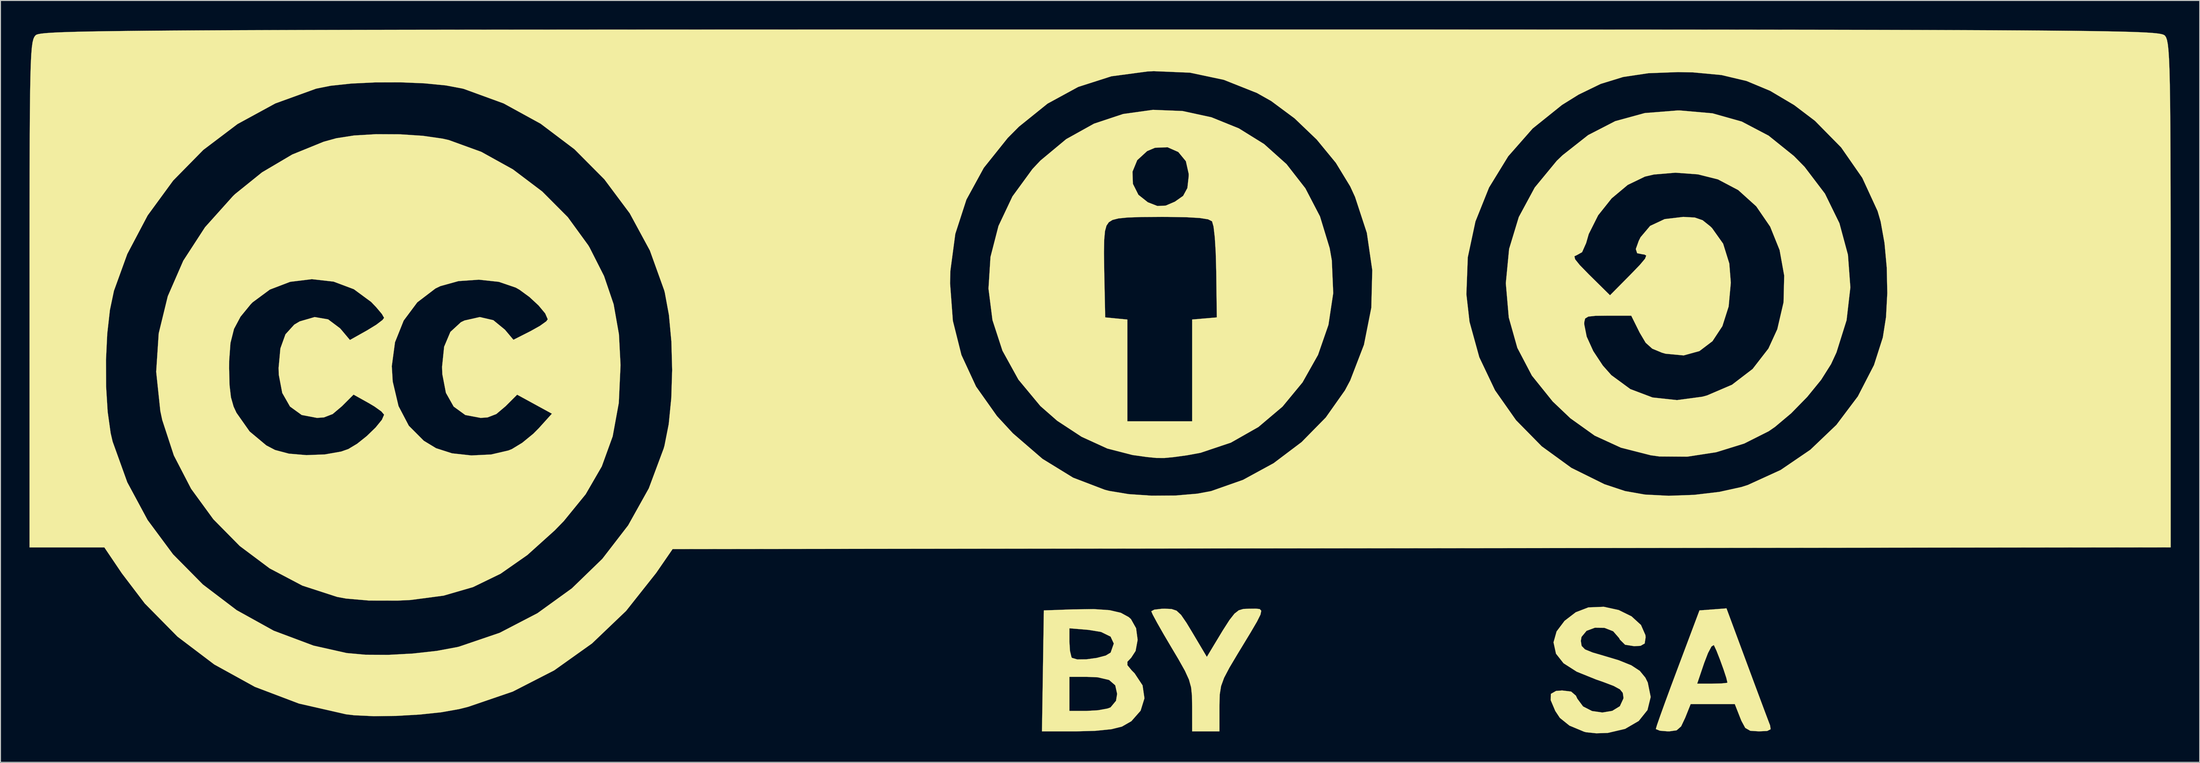
<source format=kicad_pcb>
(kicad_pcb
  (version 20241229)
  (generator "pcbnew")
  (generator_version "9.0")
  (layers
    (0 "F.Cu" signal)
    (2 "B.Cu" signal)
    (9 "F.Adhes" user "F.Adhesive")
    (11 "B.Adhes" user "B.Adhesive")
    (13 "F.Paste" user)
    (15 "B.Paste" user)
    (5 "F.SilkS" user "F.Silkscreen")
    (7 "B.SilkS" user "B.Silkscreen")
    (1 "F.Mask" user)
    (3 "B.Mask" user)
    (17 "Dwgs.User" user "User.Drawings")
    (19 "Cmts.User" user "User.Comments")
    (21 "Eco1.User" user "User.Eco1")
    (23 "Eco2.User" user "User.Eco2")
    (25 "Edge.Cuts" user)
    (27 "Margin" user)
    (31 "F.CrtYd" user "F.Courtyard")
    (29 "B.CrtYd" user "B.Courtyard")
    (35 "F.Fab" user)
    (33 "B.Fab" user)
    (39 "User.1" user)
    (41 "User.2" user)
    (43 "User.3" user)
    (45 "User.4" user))
  (footprint "cc"
    (layer "F.Cu")
    (at 110.777 37.752)
    (property "Reference" "cc" (at 0 0 0) (layer "F.SilkS") (effects (font (size 1.524 1.524) (thickness 0.3))))
    (attr through_hole)
    (fp_poly (pts (xy 16.515 22.26) (xy 16.679 22.438) (xy 16.594 22.842) (xy 16.235 23.561) (xy 15.578 24.684) (xy 14.598 26.301) (xy 14.238 26.892) (xy 13.381 28.333) (xy 12.831 29.379) (xy 12.521 30.231) (xy 12.383 31.09) (xy 12.348 32.158) (xy 12.347 32.468) (xy 12.347 34.925) (xy 9.525 34.925) (xy 9.522 32.367) (xy 9.506 31.245) (xy 9.418 30.371) (xy 9.195 29.567) (xy 8.777 28.651) (xy 8.099 27.443) (xy 7.408 26.282) (xy 6.577 24.872) (xy 5.9 23.682) (xy 5.448 22.843) (xy 5.295 22.49) (xy 5.606 22.323) (xy 6.385 22.231) (xy 6.687 22.225) (xy 7.392 22.255) (xy 7.909 22.428) (xy 8.379 22.867) (xy 8.946 23.695) (xy 9.564 24.719) (xy 11.045 27.213) (xy 11.748 26.042) (xy 12.699 24.467) (xy 13.384 23.399) (xy 13.901 22.739) (xy 14.349 22.389) (xy 14.823 22.25) (xy 15.423 22.225) (xy 15.54 22.225) (xy 16.127 22.219) (xy 16.515 22.26)) (stroke (width 0.01) (type solid)) (fill yes) (layer "F.SilkS"))
    (fp_poly (pts (xy 66.946 27.94) (xy 67.66 29.863) (xy 68.302 31.586) (xy 68.826 32.988) (xy 69.187 33.946) (xy 69.326 34.308) (xy 69.383 34.706) (xy 69.028 34.885) (xy 68.177 34.925) (xy 67.273 34.867) (xy 66.754 34.568) (xy 66.359 33.84) (xy 66.228 33.514) (xy 65.673 32.103) (xy 61.107 32.103) (xy 60.543 33.514) (xy 60.119 34.411) (xy 59.654 34.819) (xy 58.907 34.924) (xy 58.74 34.925) (xy 57.924 34.859) (xy 57.517 34.696) (xy 57.507 34.66) (xy 57.626 34.26) (xy 57.957 33.31) (xy 58.458 31.92) (xy 59.091 30.199) (xy 59.171 29.986) (xy 61.782 29.986) (xy 63.347 29.986) (xy 64.286 29.963) (xy 64.844 29.905) (xy 64.911 29.873) (xy 64.794 29.384) (xy 64.505 28.503) (xy 64.135 27.482) (xy 63.778 26.573) (xy 63.526 26.032) (xy 63.495 25.989) (xy 63.26 26.139) (xy 62.901 26.817) (xy 62.507 27.841) (xy 61.782 29.986) (xy 59.171 29.986) (xy 59.764 28.399) (xy 62.017 22.401) (xy 64.814 22.189) (xy 66.946 27.94)) (stroke (width 0.01) (type solid)) (fill yes) (layer "F.SilkS"))
    (fp_poly (pts (xy 0.984 22.377) (xy 2.141 22.646) (xy 2.959 23.093) (xy 3.195 23.303) (xy 3.726 24.248) (xy 3.886 25.449) (xy 3.673 26.602) (xy 3.218 27.301) (xy 2.827 27.714) (xy 2.826 28.073) (xy 3.264 28.606) (xy 3.571 28.916) (xy 4.395 30.162) (xy 4.591 31.501) (xy 4.192 32.787) (xy 3.236 33.873) (xy 2.258 34.433) (xy 1.17 34.703) (xy -0.495 34.871) (xy -2.466 34.925) (xy -6.014 34.925) (xy -5.927 29.281) (xy -3.175 29.281) (xy -3.175 32.808) (xy -1.388 32.808) (xy -0.204 32.738) (xy 0.773 32.559) (xy 1.082 32.443) (xy 1.647 31.761) (xy 1.764 31.044) (xy 1.569 30.158) (xy 0.928 29.603) (xy -0.246 29.329) (xy -1.388 29.281) (xy -3.175 29.281) (xy -5.927 29.281) (xy -5.917 28.663) (xy -5.871 25.65) (xy -3.175 25.65) (xy -3.113 26.607) (xy -2.96 27.241) (xy -2.91 27.316) (xy -2.364 27.476) (xy -1.418 27.465) (xy -0.345 27.319) (xy 0.583 27.076) (xy 1.09 26.772) (xy 1.091 26.771) (xy 1.418 25.832) (xy 1.085 25.114) (xy 0.101 24.632) (xy -1.202 24.418) (xy -3.175 24.254) (xy -3.175 25.65) (xy -5.871 25.65) (xy -5.821 22.401) (xy -2.822 22.294) (xy -0.631 22.266) (xy 0.984 22.377)) (stroke (width 0.01) (type solid)) (fill yes) (layer "F.SilkS"))
    (fp_poly (pts (xy 53.656 22.362) (xy 54.99 23.018) (xy 55.966 23.911) (xy 56.427 24.961) (xy 56.444 25.208) (xy 56.349 25.825) (xy 55.922 26.069) (xy 55.266 26.106) (xy 54.322 25.957) (xy 53.783 25.422) (xy 53.708 25.27) (xy 53.087 24.559) (xy 52.18 24.205) (xy 51.194 24.195) (xy 50.335 24.514) (xy 49.813 25.145) (xy 49.742 25.558) (xy 49.824 26.078) (xy 50.178 26.441) (xy 50.962 26.759) (xy 51.77 26.994) (xy 53.651 27.556) (xy 54.966 28.087) (xy 55.844 28.663) (xy 56.417 29.361) (xy 56.668 29.867) (xy 56.971 31.365) (xy 56.637 32.719) (xy 55.733 33.848) (xy 54.323 34.668) (xy 52.533 35.088) (xy 51.342 35.126) (xy 50.293 35.018) (xy 50.074 34.961) (xy 48.563 34.329) (xy 47.573 33.531) (xy 47.099 32.815) (xy 46.628 31.706) (xy 46.643 31.044) (xy 47.175 30.74) (xy 47.81 30.692) (xy 48.736 30.804) (xy 49.233 31.231) (xy 49.376 31.539) (xy 49.973 32.345) (xy 50.901 32.821) (xy 51.97 32.972) (xy 52.992 32.804) (xy 53.78 32.322) (xy 54.145 31.533) (xy 54.151 31.392) (xy 54.082 30.937) (xy 53.787 30.575) (xy 53.135 30.22) (xy 51.993 29.787) (xy 51.329 29.559) (xy 49.318 28.747) (xy 47.953 27.873) (xy 47.173 26.884) (xy 46.92 25.727) (xy 46.919 25.698) (xy 47.234 24.577) (xy 48.058 23.482) (xy 49.214 22.594) (xy 50.52 22.09) (xy 50.53 22.088) (xy 52.118 22.025) (xy 53.656 22.362)) (stroke (width 0.01) (type solid)) (fill yes) (layer "F.SilkS"))
    (fp_poly (pts (xy 8.532 -29.307) (xy 11.521 -28.659) (xy 14.358 -27.51) (xy 16.972 -25.885) (xy 19.29 -23.808) (xy 21.241 -21.303) (xy 22.753 -18.396) (xy 23.755 -15.111) (xy 23.977 -13.84) (xy 24.123 -10.449) (xy 23.628 -7.163) (xy 22.551 -4.057) (xy 20.947 -1.21) (xy 18.873 1.304) (xy 16.385 3.409) (xy 13.54 5.027) (xy 10.395 6.083) (xy 8.996 6.341) (xy 7.633 6.527) (xy 6.665 6.62) (xy 5.82 6.617) (xy 4.829 6.519) (xy 3.42 6.322) (xy 3.351 6.312) (xy 0.752 5.643) (xy -1.911 4.426) (xy -4.44 2.766) (xy -6.18 1.241) (xy -8.451 -1.495) (xy -10.103 -4.488) (xy -11.135 -7.656) (xy -11.548 -10.919) (xy -11.341 -14.196) (xy -11.226 -14.642) (xy 0.403 -14.642) (xy 0.428 -12.721) (xy 0.431 -12.577) (xy 0.529 -7.938) (xy 2.822 -7.716) (xy 2.822 2.822) (xy 9.525 2.822) (xy 9.525 -7.719) (xy 10.801 -7.828) (xy 12.077 -7.938) (xy 12.017 -12.686) (xy 11.966 -14.616) (xy 11.87 -16.206) (xy 11.74 -17.335) (xy 11.585 -17.883) (xy 11.58 -17.889) (xy 11.182 -18.09) (xy 10.326 -18.228) (xy 8.936 -18.31) (xy 6.936 -18.343) (xy 6.332 -18.344) (xy 4.3 -18.331) (xy 2.858 -18.281) (xy 1.89 -18.184) (xy 1.281 -18.027) (xy 0.915 -17.798) (xy 0.897 -17.78) (xy 0.662 -17.435) (xy 0.509 -16.878) (xy 0.426 -15.987) (xy 0.403 -14.642) (xy -11.226 -14.642) (xy -10.515 -17.405) (xy -9.069 -20.465) (xy -7.201 -23.025) (xy 3.354 -23.025) (xy 3.395 -21.769) (xy 3.966 -20.632) (xy 4.939 -19.859) (xy 5.931 -19.473) (xy 6.787 -19.513) (xy 7.736 -19.919) (xy 8.591 -20.52) (xy 9.032 -21.334) (xy 9.171 -22.581) (xy 9.172 -22.783) (xy 8.876 -24.11) (xy 8.092 -25.063) (xy 6.977 -25.556) (xy 5.686 -25.503) (xy 4.867 -25.157) (xy 3.843 -24.217) (xy 3.354 -23.025) (xy -7.201 -23.025) (xy -7.004 -23.295) (xy -6.18 -24.172) (xy -3.507 -26.397) (xy -0.628 -27.999) (xy 2.386 -29.001) (xy 5.464 -29.429) (xy 8.532 -29.307)) (stroke (width 0.01) (type solid)) (fill yes) (layer "F.SilkS"))
    (fp_poly (pts (xy 59.972 -29.366) (xy 63.357 -29.071) (xy 66.394 -28.215) (xy 69.173 -26.755) (xy 71.787 -24.651) (xy 72.895 -23.524) (xy 75.001 -20.752) (xy 76.5 -17.688) (xy 77.381 -14.423) (xy 77.631 -11.045) (xy 77.239 -7.644) (xy 76.192 -4.308) (xy 75.633 -3.1) (xy 74.606 -1.472) (xy 73.166 0.296) (xy 71.508 1.991) (xy 69.83 3.402) (xy 69.185 3.847) (xy 66.645 5.126) (xy 63.755 6.022) (xy 60.752 6.484) (xy 57.875 6.464) (xy 56.974 6.34) (xy 53.892 5.553) (xy 51.174 4.305) (xy 48.66 2.508) (xy 46.832 0.769) (xy 44.677 -1.911) (xy 43.173 -4.782) (xy 42.286 -7.927) (xy 41.985 -11.427) (xy 41.985 -11.516) (xy 42.248 -14.268) (xy 49.079 -14.268) (xy 49.152 -13.953) (xy 49.628 -13.361) (xy 50.564 -12.4) (xy 50.707 -12.259) (xy 52.762 -10.23) (xy 54.857 -12.347) (xy 55.852 -13.378) (xy 56.386 -14.015) (xy 56.512 -14.347) (xy 56.286 -14.46) (xy 56.169 -14.464) (xy 55.57 -14.583) (xy 55.43 -15.014) (xy 55.735 -15.866) (xy 55.921 -16.239) (xy 56.912 -17.412) (xy 58.418 -18.118) (xy 60.343 -18.344) (xy 61.528 -18.28) (xy 62.346 -17.998) (xy 63.13 -17.371) (xy 63.323 -17.181) (xy 64.466 -15.572) (xy 65.105 -13.519) (xy 65.262 -11.533) (xy 65.037 -9.066) (xy 64.389 -7.03) (xy 63.364 -5.475) (xy 62.011 -4.449) (xy 60.376 -4) (xy 58.508 -4.176) (xy 58.132 -4.284) (xy 57.133 -4.699) (xy 56.45 -5.312) (xy 55.831 -6.356) (xy 55.79 -6.438) (xy 54.958 -8.114) (xy 52.526 -8.114) (xy 51.248 -8.101) (xy 50.521 -8.023) (xy 50.189 -7.825) (xy 50.098 -7.449) (xy 50.094 -7.228) (xy 50.348 -5.949) (xy 51.029 -4.449) (xy 52.017 -2.952) (xy 52.899 -1.958) (xy 54.865 -0.514) (xy 57.163 0.354) (xy 59.683 0.625) (xy 62.317 0.274) (xy 62.809 0.139) (xy 65.385 -0.966) (xy 67.515 -2.597) (xy 69.15 -4.708) (xy 70.07 -6.713) (xy 70.718 -9.5) (xy 70.785 -12.266) (xy 70.309 -14.911) (xy 69.332 -17.335) (xy 67.891 -19.438) (xy 66.027 -21.121) (xy 63.928 -22.228) (xy 61.856 -22.748) (xy 59.531 -22.92) (xy 57.296 -22.732) (xy 56.376 -22.516) (xy 54.595 -21.656) (xy 52.931 -20.263) (xy 51.535 -18.51) (xy 50.561 -16.568) (xy 50.291 -15.632) (xy 49.875 -14.693) (xy 49.35 -14.397) (xy 49.079 -14.268) (xy 42.248 -14.268) (xy 42.32 -15.024) (xy 43.323 -18.33) (xy 44.973 -21.387) (xy 47.249 -24.15) (xy 47.839 -24.719) (xy 50.497 -26.814) (xy 53.301 -28.259) (xy 56.358 -29.096) (xy 59.774 -29.367) (xy 59.972 -29.366)) (stroke (width 0.01) (type solid)) (fill yes) (layer "F.SilkS"))
    (fp_poly (pts (xy -72.461 -26.897) (xy -70.083 -26.742) (xy -68.034 -26.449) (xy -67.381 -26.299) (xy -64.023 -25.078) (xy -60.755 -23.266) (xy -57.724 -20.975) (xy -55.076 -18.317) (xy -52.959 -15.406) (xy -52.819 -15.169) (xy -51.327 -12.224) (xy -50.335 -9.306) (xy -49.785 -6.192) (xy -49.619 -2.999) (xy -49.8 0.922) (xy -50.432 4.38) (xy -51.559 7.492) (xy -53.229 10.377) (xy -55.488 13.15) (xy -56.422 14.111) (xy -59.261 16.668) (xy -62.036 18.607) (xy -64.882 19.989) (xy -67.932 20.874) (xy -71.321 21.321) (xy -72.672 21.387) (xy -75.635 21.382) (xy -78.023 21.175) (xy -78.943 21.005) (xy -82.539 19.836) (xy -85.923 18.053) (xy -89.019 15.735) (xy -91.754 12.961) (xy -94.052 9.809) (xy -95.839 6.357) (xy -97.04 2.685) (xy -97.237 1.76) (xy -97.666 -2.309) (xy -97.644 -2.646) (xy -90.121 -2.646) (xy -90.075 -0.911) (xy -89.931 0.333) (xy -89.655 1.302) (xy -89.359 1.94) (xy -87.999 3.872) (xy -86.271 5.316) (xy -85.372 5.788) (xy -83.933 6.171) (xy -82.12 6.324) (xy -80.223 6.251) (xy -78.532 5.954) (xy -77.784 5.692) (xy -76.873 5.144) (xy -75.877 4.348) (xy -74.967 3.467) (xy -74.313 2.665) (xy -74.083 2.135) (xy -74.366 1.8) (xy -75.088 1.284) (xy -75.664 0.941) (xy -77.245 0.057) (xy -78.451 1.263) (xy -79.403 2.068) (xy -80.307 2.417) (xy -81.025 2.469) (xy -82.61 2.168) (xy -83.82 1.293) (xy -84.622 -0.113) (xy -84.983 -2.008) (xy -85 -2.723) (xy -84.984 -2.886) (xy -73.288 -2.886) (xy -73.192 -1.299) (xy -72.591 1.248) (xy -71.526 3.28) (xy -69.973 4.838) (xy -68.703 5.608) (xy -67.05 6.138) (xy -65.056 6.355) (xy -63.013 6.257) (xy -61.217 5.84) (xy -60.854 5.692) (xy -59.79 5.043) (xy -58.64 4.102) (xy -58.083 3.54) (xy -56.722 2.032) (xy -58.521 1.048) (xy -60.319 0.065) (xy -61.522 1.267) (xy -62.474 2.071) (xy -63.38 2.418) (xy -64.092 2.469) (xy -65.681 2.171) (xy -66.887 1.296) (xy -67.688 -0.126) (xy -68.061 -2.065) (xy -68.086 -2.822) (xy -67.872 -4.904) (xy -67.225 -6.438) (xy -66.138 -7.438) (xy -65.769 -7.617) (xy -64.185 -7.974) (xy -62.781 -7.649) (xy -61.582 -6.665) (xy -60.703 -5.62) (xy -58.926 -6.52) (xy -57.958 -7.063) (xy -57.312 -7.525) (xy -57.15 -7.74) (xy -57.418 -8.354) (xy -58.108 -9.181) (xy -59.05 -10.053) (xy -60.073 -10.8) (xy -60.458 -11.021) (xy -62.214 -11.62) (xy -64.284 -11.843) (xy -66.392 -11.695) (xy -68.261 -11.177) (xy -68.775 -10.928) (xy -70.648 -9.499) (xy -72.058 -7.609) (xy -72.955 -5.367) (xy -73.288 -2.886) (xy -84.984 -2.886) (xy -84.815 -4.729) (xy -84.29 -6.187) (xy -83.381 -7.189) (xy -82.816 -7.525) (xy -81.269 -7.974) (xy -79.876 -7.735) (xy -78.641 -6.808) (xy -78.506 -6.654) (xy -77.619 -5.599) (xy -75.851 -6.592) (xy -74.895 -7.178) (xy -74.253 -7.666) (xy -74.084 -7.891) (xy -74.314 -8.293) (xy -74.907 -8.997) (xy -75.422 -9.536) (xy -77.214 -10.856) (xy -79.311 -11.642) (xy -81.559 -11.896) (xy -83.808 -11.62) (xy -85.904 -10.819) (xy -87.695 -9.494) (xy -87.89 -9.293) (xy -88.939 -8.011) (xy -89.613 -6.746) (xy -89.981 -5.285) (xy -90.116 -3.416) (xy -90.121 -2.646) (xy -97.644 -2.646) (xy -97.405 -6.285) (xy -96.467 -10.13) (xy -94.864 -13.807) (xy -92.611 -17.277) (xy -89.718 -20.503) (xy -89.506 -20.706) (xy -86.713 -22.959) (xy -83.59 -24.804) (xy -80.343 -26.126) (xy -79.022 -26.49) (xy -77.185 -26.775) (xy -74.913 -26.909) (xy -72.461 -26.897)) (stroke (width 0.01) (type solid)) (fill yes) (layer "F.SilkS"))
    (fp_poly (pts (xy 10.488 -37.747) (xy 20.232 -37.747) (xy 29.317 -37.746) (xy 37.766 -37.745) (xy 45.603 -37.742) (xy 52.85 -37.739) (xy 59.53 -37.736) (xy 65.667 -37.731) (xy 71.285 -37.724) (xy 76.405 -37.717) (xy 81.052 -37.708) (xy 85.249 -37.697) (xy 89.018 -37.684) (xy 92.384 -37.67) (xy 95.368 -37.653) (xy 97.995 -37.634) (xy 100.288 -37.613) (xy 102.269 -37.59) (xy 103.963 -37.563) (xy 105.392 -37.534) (xy 106.579 -37.503) (xy 107.547 -37.468) (xy 108.321 -37.43) (xy 108.922 -37.389) (xy 109.375 -37.344) (xy 109.702 -37.296) (xy 109.927 -37.244) (xy 110.072 -37.188) (xy 110.162 -37.128) (xy 110.188 -37.102) (xy 110.299 -36.934) (xy 110.394 -36.66) (xy 110.476 -36.232) (xy 110.546 -35.601) (xy 110.603 -34.72) (xy 110.651 -33.542) (xy 110.688 -32.018) (xy 110.717 -30.1) (xy 110.739 -27.74) (xy 110.754 -24.891) (xy 110.764 -21.505) (xy 110.77 -17.534) (xy 110.772 -12.93) (xy 110.772 -10.292) (xy 110.772 15.873) (xy 33.271 15.962) (xy -44.23 16.051) (xy -45.931 18.521) (xy -49.043 22.452) (xy -52.569 25.821) (xy -56.486 28.611) (xy -60.767 30.806) (xy -65.39 32.387) (xy -66.322 32.621) (xy -68.158 32.948) (xy -70.405 33.186) (xy -72.819 33.325) (xy -75.157 33.354) (xy -77.175 33.26) (xy -78.03 33.158) (xy -82.901 32.046) (xy -87.456 30.318) (xy -91.657 28) (xy -95.466 25.114) (xy -98.847 21.684) (xy -101.219 18.563) (xy -103.033 15.875) (xy -110.772 15.875) (xy -110.772 -3.532) (xy -102.861 -3.532) (xy -102.848 -0.771) (xy -102.687 1.826) (xy -102.377 4.046) (xy -102.174 4.918) (xy -100.657 9.134) (xy -98.553 13.043) (xy -95.924 16.591) (xy -92.832 19.72) (xy -89.338 22.376) (xy -85.504 24.503) (xy -81.392 26.044) (xy -77.964 26.815) (xy -76.017 26.992) (xy -73.643 27.004) (xy -71.098 26.866) (xy -68.638 26.593) (xy -66.517 26.198) (xy -66.322 26.15) (xy -62.126 24.721) (xy -58.217 22.69) (xy -54.656 20.117) (xy -51.507 17.064) (xy -48.832 13.593) (xy -46.695 9.764) (xy -45.158 5.64) (xy -45.073 5.34) (xy -44.634 3.115) (xy -44.369 0.429) (xy -44.277 -2.497) (xy -44.358 -5.442) (xy -44.612 -8.183) (xy -45.038 -10.498) (xy -45.101 -10.739) (xy -45.362 -11.465) (xy -15.522 -11.465) (xy -15.233 -7.584) (xy -14.346 -4.044) (xy -12.834 -0.779) (xy -10.669 2.279) (xy -9.021 4.065) (xy -5.959 6.709) (xy -2.791 8.657) (xy 0.482 9.909) (xy 0.933 10.025) (xy 2.954 10.361) (xy 5.332 10.521) (xy 7.792 10.506) (xy 10.057 10.314) (xy 11.479 10.049) (xy 14.785 8.886) (xy 17.951 7.16) (xy 20.849 4.973) (xy 23.352 2.426) (xy 25.333 -0.38) (xy 25.882 -1.411) (xy 27.303 -5.104) (xy 28.064 -8.942) (xy 28.099 -10.334) (xy 37.9 -10.334) (xy 38.225 -7.481) (xy 39.237 -3.81) (xy 40.864 -0.389) (xy 43.04 2.709) (xy 45.698 5.412) (xy 48.77 7.645) (xy 52.188 9.336) (xy 54.328 10.046) (xy 56.369 10.406) (xy 58.832 10.532) (xy 61.478 10.436) (xy 64.066 10.13) (xy 66.357 9.626) (xy 67.02 9.414) (xy 70.415 7.863) (xy 73.496 5.761) (xy 76.185 3.192) (xy 78.404 0.244) (xy 80.075 -3) (xy 80.99 -5.861) (xy 81.32 -7.967) (xy 81.452 -10.453) (xy 81.397 -13.086) (xy 81.164 -15.633) (xy 80.764 -17.864) (xy 80.447 -18.952) (xy 78.862 -22.391) (xy 76.676 -25.537) (xy 73.964 -28.293) (xy 71.815 -29.924) (xy 69.33 -31.398) (xy 66.89 -32.416) (xy 64.29 -33.033) (xy 61.329 -33.309) (xy 59.796 -33.337) (xy 56.728 -33.221) (xy 54.128 -32.832) (xy 51.791 -32.112) (xy 49.511 -31.005) (xy 47.798 -29.939) (xy 44.758 -27.497) (xy 42.229 -24.62) (xy 40.245 -21.385) (xy 38.839 -17.873) (xy 38.046 -14.162) (xy 37.9 -10.334) (xy 28.099 -10.334) (xy 28.163 -12.833) (xy 27.602 -16.688) (xy 26.38 -20.414) (xy 25.88 -21.501) (xy 24.393 -23.943) (xy 22.414 -26.351) (xy 20.123 -28.545) (xy 17.7 -30.344) (xy 16.228 -31.174) (xy 12.801 -32.536) (xy 9.302 -33.277) (xy 5.559 -33.432) (xy 4.939 -33.405) (xy 1.173 -32.903) (xy -2.266 -31.801) (xy -5.437 -30.072) (xy -8.396 -27.687) (xy -9.561 -26.514) (xy -12.031 -23.426) (xy -13.832 -20.132) (xy -14.98 -16.59) (xy -15.491 -12.76) (xy -15.522 -11.465) (xy -45.362 -11.465) (xy -46.584 -14.863) (xy -48.671 -18.718) (xy -51.296 -22.236) (xy -54.39 -25.349) (xy -57.887 -27.991) (xy -61.717 -30.093) (xy -65.814 -31.588) (xy -65.969 -31.63) (xy -67.693 -31.957) (xy -69.905 -32.173) (xy -72.404 -32.277) (xy -74.989 -32.27) (xy -77.46 -32.152) (xy -79.616 -31.922) (xy -81.118 -31.621) (xy -85.34 -30.091) (xy -89.248 -27.96) (xy -92.788 -25.281) (xy -95.906 -22.109) (xy -98.547 -18.498) (xy -100.656 -14.502) (xy -102.037 -10.689) (xy -102.454 -8.703) (xy -102.73 -6.247) (xy -102.861 -3.532) (xy -110.772 -3.532) (xy -110.772 -10.352) (xy -110.772 -15.286) (xy -110.769 -19.562) (xy -110.763 -23.229) (xy -110.752 -26.336) (xy -110.736 -28.929) (xy -110.714 -31.057) (xy -110.683 -32.77) (xy -110.644 -34.114) (xy -110.594 -35.137) (xy -110.533 -35.889) (xy -110.459 -36.417) (xy -110.371 -36.77) (xy -110.269 -36.995) (xy -110.151 -37.141) (xy -110.127 -37.163) (xy -110.031 -37.219) (xy -109.855 -37.271) (xy -109.575 -37.32) (xy -109.17 -37.365) (xy -108.615 -37.407) (xy -107.888 -37.446) (xy -106.965 -37.481) (xy -105.824 -37.514) (xy -104.442 -37.544) (xy -102.796 -37.571) (xy -100.862 -37.596) (xy -98.618 -37.619) (xy -96.04 -37.639) (xy -93.106 -37.657) (xy -89.792 -37.673) (xy -86.076 -37.686) (xy -81.935 -37.699) (xy -77.345 -37.709) (xy -72.283 -37.718) (xy -66.727 -37.725) (xy -60.653 -37.731) (xy -54.038 -37.736) (xy -46.86 -37.74) (xy -39.096 -37.743) (xy -30.721 -37.745) (xy -21.714 -37.746) (xy -12.052 -37.747) (xy -1.71 -37.747) (xy 0.061 -37.747) (xy 10.488 -37.747)) (stroke (width 0.01) (type solid)) (fill yes) (layer "F.SilkS")))
  (gr_rect
    (start -3 -3)
    (end 224.554 75.883)
    (stroke (width 0.1) (type default))
    (fill no)
    (layer "Edge.Cuts")))
</source>
